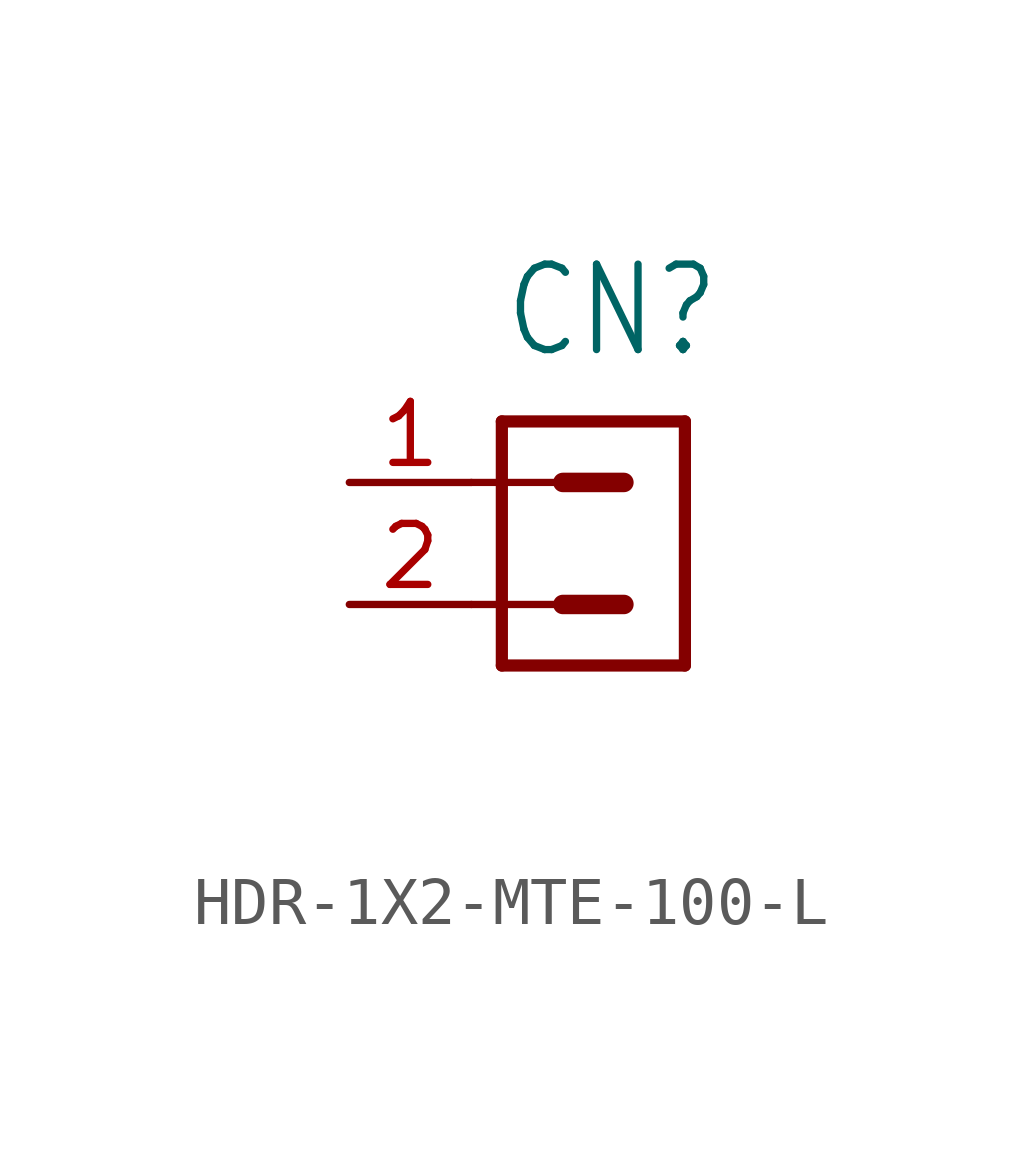
<source format=kicad_sym>
(kicad_symbol_lib
  (version 20220914)
  (generator kicad_symbol_editor)
  (symbol "HDR-1X2-MTE-100-L"
    (property "Reference" "CN"
      (at -1.905 2.54 0)
      (effects (font (size 1.778 1.511)) (justify left bottom)))
    (property "Value" ""
      (at -1.905 -6.668 0)
      (effects (font (size 1.778 1.511)) (justify left bottom)))
    (property "ki_locked" ""
      (at 0 0 0)
      (effects (font (size 1.27 1.27))))
    (symbol "HDR-1X2-MTE-100-L_1_0"
      (polyline (pts (xy -2.54 -2.54) (xy -0.635 -2.54)) (stroke (width 0.152) (type solid)) (fill (type none)))
      (polyline (pts (xy -2.54 0) (xy -0.635 0)) (stroke (width 0.152) (type solid)) (fill (type none)))
      (polyline (pts (xy -1.905 -3.81) (xy -1.905 1.27)) (stroke (width 0.254) (type solid)) (fill (type none)))
      (polyline (pts (xy -1.905 -3.81) (xy 1.905 -3.81)) (stroke (width 0.254) (type solid)) (fill (type none)))
      (polyline (pts (xy -0.635 -2.54) (xy 0.635 -2.54)) (stroke (width 0.406) (type solid)) (fill (type none)))
      (polyline (pts (xy -0.635 0) (xy 0.635 0)) (stroke (width 0.406) (type solid)) (fill (type none)))
      (polyline (pts (xy 1.905 1.27) (xy -1.905 1.27)) (stroke (width 0.254) (type solid)) (fill (type none)))
      (polyline (pts (xy 1.905 1.27) (xy 1.905 -3.81)) (stroke (width 0.254) (type solid)) (fill (type none)))
      (pin passive line (at -5.08 0 0) (length 2.54) (name "1" (effects (font (size 0 0)))) (number "1" (effects (font (size 1.27 1.27)))))
      (pin passive line (at -5.08 -2.54 0) (length 2.54) (name "2" (effects (font (size 0 0)))) (number "2" (effects (font (size 1.27 1.27))))))))
</source>
